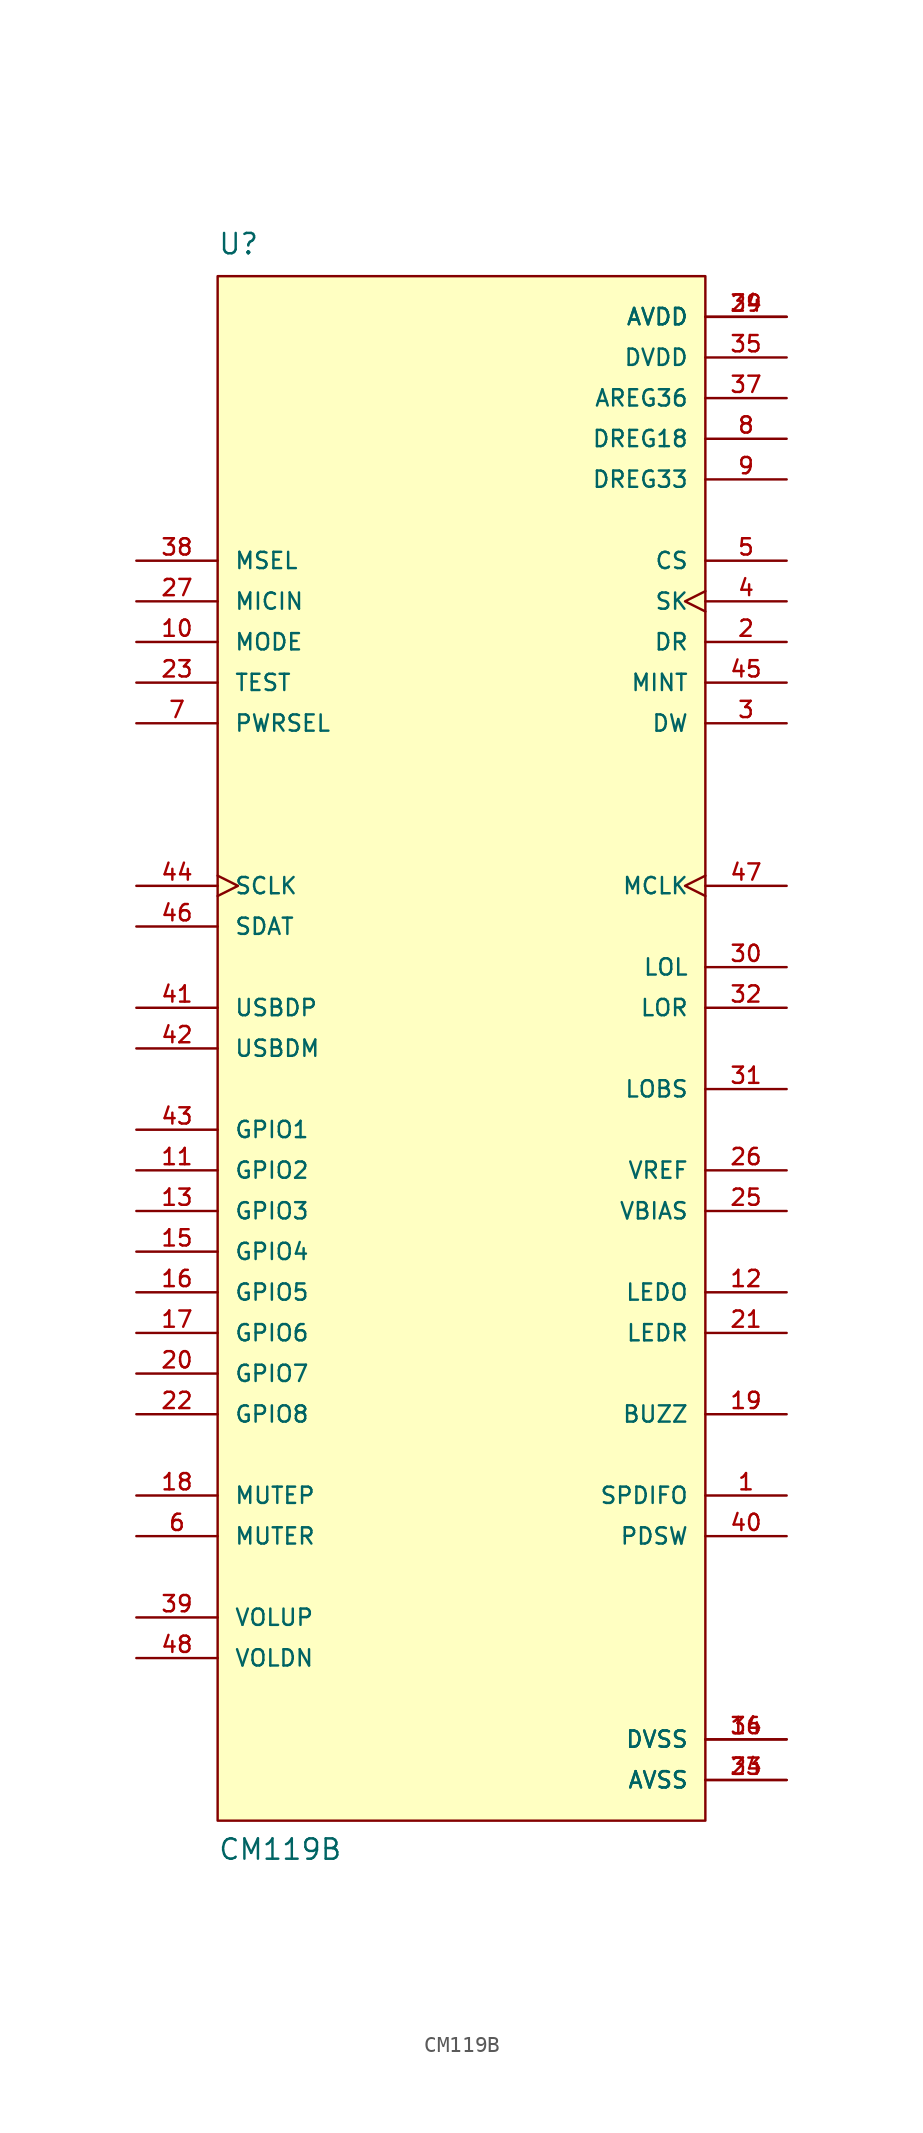
<source format=kicad_sym>
(kicad_symbol_lib
  (version 20211014)
  (generator kicad_symbol_editor)
  (symbol "CM119B"
    (pin_names
      (offset 1.016))
    (property "Reference" "U"
      (at -15.24 49.53 0)
      (effects (font (size 1.27 1.27)) (justify bottom left)))
    (property "Value" "CM119B"
      (at -15.24 -50.8 0)
      (effects (font (size 1.27 1.27)) (justify bottom left)))
    (symbol "CM119B_0_0"
      (rectangle (start -15.24 -48.26) (end 15.24 48.26) (stroke (width 0.152)) (fill (type background)))
      (pin input line (at -20.32 30.48 0) (length 5.08) (name "MSEL" (effects (font (size 1.016 1.016)))) (number "38" (effects (font (size 1.016 1.016)))))
      (pin power_in line (at 20.32 40.64 180.0) (length 5.08) (name "AREG36" (effects (font (size 1.016 1.016)))) (number "37" (effects (font (size 1.016 1.016)))))
      (pin input line (at -20.32 -35.56 0) (length 5.08) (name "VOLUP" (effects (font (size 1.016 1.016)))) (number "39" (effects (font (size 1.016 1.016)))))
      (pin output line (at 20.32 -30.48 180.0) (length 5.08) (name "PDSW" (effects (font (size 1.016 1.016)))) (number "40" (effects (font (size 1.016 1.016)))))
      (pin bidirectional line (at -20.32 2.54 0) (length 5.08) (name "USBDP" (effects (font (size 1.016 1.016)))) (number "41" (effects (font (size 1.016 1.016)))))
      (pin bidirectional line (at -20.32 0.0 0) (length 5.08) (name "USBDM" (effects (font (size 1.016 1.016)))) (number "42" (effects (font (size 1.016 1.016)))))
      (pin bidirectional line (at -20.32 -5.08 0) (length 5.08) (name "GPIO1" (effects (font (size 1.016 1.016)))) (number "43" (effects (font (size 1.016 1.016)))))
      (pin bidirectional clock (at -20.32 10.16 0) (length 5.08) (name "SCLK" (effects (font (size 1.016 1.016)))) (number "44" (effects (font (size 1.016 1.016)))))
      (pin output line (at 20.32 22.86 180.0) (length 5.08) (name "MINT" (effects (font (size 1.016 1.016)))) (number "45" (effects (font (size 1.016 1.016)))))
      (pin bidirectional line (at -20.32 7.62 0) (length 5.08) (name "SDAT" (effects (font (size 1.016 1.016)))) (number "46" (effects (font (size 1.016 1.016)))))
      (pin output clock (at 20.32 10.16 180.0) (length 5.08) (name "MCLK" (effects (font (size 1.016 1.016)))) (number "47" (effects (font (size 1.016 1.016)))))
      (pin input line (at -20.32 -38.1 0) (length 5.08) (name "VOLDN" (effects (font (size 1.016 1.016)))) (number "48" (effects (font (size 1.016 1.016)))))
      (pin output line (at 20.32 -27.94 180.0) (length 5.08) (name "SPDIFO" (effects (font (size 1.016 1.016)))) (number "1" (effects (font (size 1.016 1.016)))))
      (pin bidirectional line (at 20.32 25.4 180.0) (length 5.08) (name "DR" (effects (font (size 1.016 1.016)))) (number "2" (effects (font (size 1.016 1.016)))))
      (pin output line (at 20.32 20.32 180.0) (length 5.08) (name "DW" (effects (font (size 1.016 1.016)))) (number "3" (effects (font (size 1.016 1.016)))))
      (pin output clock (at 20.32 27.94 180.0) (length 5.08) (name "SK" (effects (font (size 1.016 1.016)))) (number "4" (effects (font (size 1.016 1.016)))))
      (pin output line (at 20.32 30.48 180.0) (length 5.08) (name "CS" (effects (font (size 1.016 1.016)))) (number "5" (effects (font (size 1.016 1.016)))))
      (pin input line (at -20.32 -30.48 0) (length 5.08) (name "MUTER" (effects (font (size 1.016 1.016)))) (number "6" (effects (font (size 1.016 1.016)))))
      (pin input line (at -20.32 20.32 0) (length 5.08) (name "PWRSEL" (effects (font (size 1.016 1.016)))) (number "7" (effects (font (size 1.016 1.016)))))
      (pin power_in line (at 20.32 38.1 180.0) (length 5.08) (name "DREG18" (effects (font (size 1.016 1.016)))) (number "8" (effects (font (size 1.016 1.016)))))
      (pin power_in line (at 20.32 35.56 180.0) (length 5.08) (name "DREG33" (effects (font (size 1.016 1.016)))) (number "9" (effects (font (size 1.016 1.016)))))
      (pin input line (at -20.32 25.4 0) (length 5.08) (name "MODE" (effects (font (size 1.016 1.016)))) (number "10" (effects (font (size 1.016 1.016)))))
      (pin bidirectional line (at -20.32 -7.62 0) (length 5.08) (name "GPIO2" (effects (font (size 1.016 1.016)))) (number "11" (effects (font (size 1.016 1.016)))))
      (pin output line (at 20.32 -15.24 180.0) (length 5.08) (name "LEDO" (effects (font (size 1.016 1.016)))) (number "12" (effects (font (size 1.016 1.016)))))
      (pin power_in line (at 20.32 -45.72 180.0) (length 5.08) (name "AVSS" (effects (font (size 1.016 1.016)))) (number "24" (effects (font (size 1.016 1.016)))))
      (pin power_in line (at 20.32 -45.72 180.0) (length 5.08) (name "AVSS" (effects (font (size 1.016 1.016)))) (number "33" (effects (font (size 1.016 1.016)))))
      (pin input line (at -20.32 22.86 0) (length 5.08) (name "TEST" (effects (font (size 1.016 1.016)))) (number "23" (effects (font (size 1.016 1.016)))))
      (pin bidirectional line (at -20.32 -22.86 0) (length 5.08) (name "GPIO8" (effects (font (size 1.016 1.016)))) (number "22" (effects (font (size 1.016 1.016)))))
      (pin output line (at 20.32 -17.78 180.0) (length 5.08) (name "LEDR" (effects (font (size 1.016 1.016)))) (number "21" (effects (font (size 1.016 1.016)))))
      (pin bidirectional line (at -20.32 -20.32 0) (length 5.08) (name "GPIO7" (effects (font (size 1.016 1.016)))) (number "20" (effects (font (size 1.016 1.016)))))
      (pin output line (at 20.32 -22.86 180.0) (length 5.08) (name "BUZZ" (effects (font (size 1.016 1.016)))) (number "19" (effects (font (size 1.016 1.016)))))
      (pin input line (at -20.32 -27.94 0) (length 5.08) (name "MUTEP" (effects (font (size 1.016 1.016)))) (number "18" (effects (font (size 1.016 1.016)))))
      (pin bidirectional line (at -20.32 -17.78 0) (length 5.08) (name "GPIO6" (effects (font (size 1.016 1.016)))) (number "17" (effects (font (size 1.016 1.016)))))
      (pin bidirectional line (at -20.32 -15.24 0) (length 5.08) (name "GPIO5" (effects (font (size 1.016 1.016)))) (number "16" (effects (font (size 1.016 1.016)))))
      (pin bidirectional line (at -20.32 -12.7 0) (length 5.08) (name "GPIO4" (effects (font (size 1.016 1.016)))) (number "15" (effects (font (size 1.016 1.016)))))
      (pin power_in line (at 20.32 -43.18 180.0) (length 5.08) (name "DVSS" (effects (font (size 1.016 1.016)))) (number "14" (effects (font (size 1.016 1.016)))))
      (pin power_in line (at 20.32 -43.18 180.0) (length 5.08) (name "DVSS" (effects (font (size 1.016 1.016)))) (number "36" (effects (font (size 1.016 1.016)))))
      (pin bidirectional line (at -20.32 -10.16 0) (length 5.08) (name "GPIO3" (effects (font (size 1.016 1.016)))) (number "13" (effects (font (size 1.016 1.016)))))
      (pin power_in line (at 20.32 43.18 180.0) (length 5.08) (name "DVDD" (effects (font (size 1.016 1.016)))) (number "35" (effects (font (size 1.016 1.016)))))
      (pin power_in line (at 20.32 45.72 180.0) (length 5.08) (name "AVDD" (effects (font (size 1.016 1.016)))) (number "29" (effects (font (size 1.016 1.016)))))
      (pin power_in line (at 20.32 45.72 180.0) (length 5.08) (name "AVDD" (effects (font (size 1.016 1.016)))) (number "34" (effects (font (size 1.016 1.016)))))
      (pin output line (at 20.32 2.54 180.0) (length 5.08) (name "LOR" (effects (font (size 1.016 1.016)))) (number "32" (effects (font (size 1.016 1.016)))))
      (pin output line (at 20.32 -2.54 180.0) (length 5.08) (name "LOBS" (effects (font (size 1.016 1.016)))) (number "31" (effects (font (size 1.016 1.016)))))
      (pin output line (at 20.32 5.08 180.0) (length 5.08) (name "LOL" (effects (font (size 1.016 1.016)))) (number "30" (effects (font (size 1.016 1.016)))))
      (pin input line (at -20.32 27.94 0) (length 5.08) (name "MICIN" (effects (font (size 1.016 1.016)))) (number "27" (effects (font (size 1.016 1.016)))))
      (pin output line (at 20.32 -7.62 180.0) (length 5.08) (name "VREF" (effects (font (size 1.016 1.016)))) (number "26" (effects (font (size 1.016 1.016)))))
      (pin output line (at 20.32 -10.16 180.0) (length 5.08) (name "VBIAS" (effects (font (size 1.016 1.016)))) (number "25" (effects (font (size 1.016 1.016))))))))
</source>
